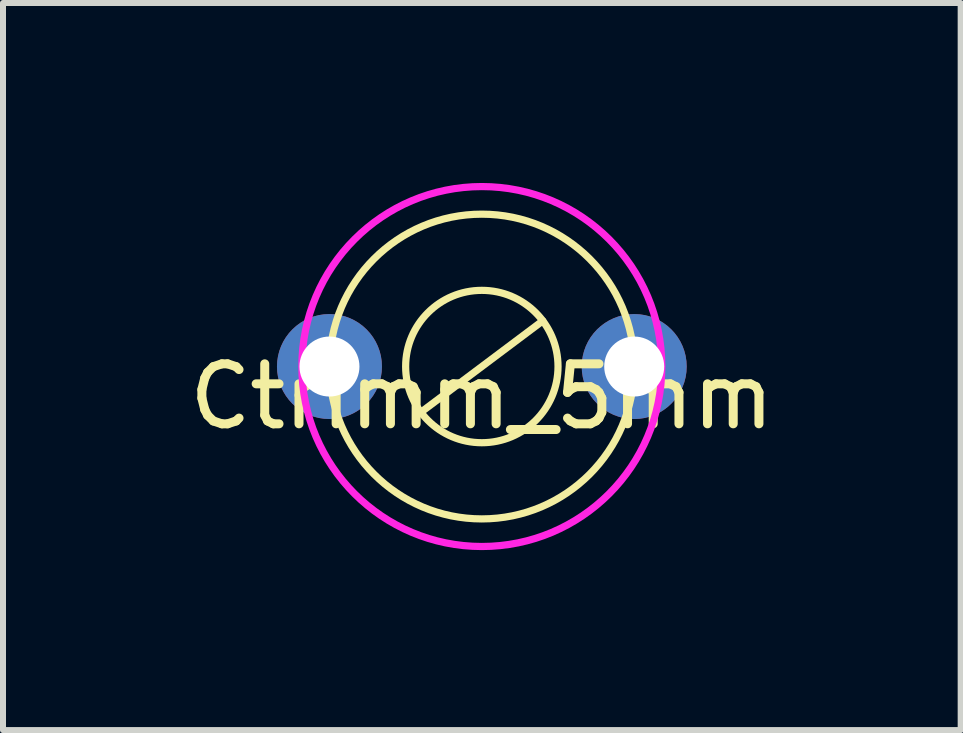
<source format=kicad_pcb>
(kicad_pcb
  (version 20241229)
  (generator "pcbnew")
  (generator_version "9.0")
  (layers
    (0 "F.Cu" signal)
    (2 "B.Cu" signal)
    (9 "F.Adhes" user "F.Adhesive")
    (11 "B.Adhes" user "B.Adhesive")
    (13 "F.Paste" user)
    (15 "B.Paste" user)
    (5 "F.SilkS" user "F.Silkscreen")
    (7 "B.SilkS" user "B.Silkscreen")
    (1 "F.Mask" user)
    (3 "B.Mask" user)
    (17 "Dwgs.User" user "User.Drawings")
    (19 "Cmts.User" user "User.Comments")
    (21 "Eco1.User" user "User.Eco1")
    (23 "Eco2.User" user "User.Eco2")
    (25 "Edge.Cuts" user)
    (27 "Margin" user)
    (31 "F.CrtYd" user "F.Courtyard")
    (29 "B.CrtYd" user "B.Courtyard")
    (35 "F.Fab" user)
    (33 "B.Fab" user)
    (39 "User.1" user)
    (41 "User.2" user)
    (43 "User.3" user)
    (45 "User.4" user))
  (footprint "Ctrimm_5mm"
    (layer "F.Cu")
    (at 4.982 3.06)
    (property "Reference" "Ctrimm_5mm" (at 0 0.5 0) (layer "F.SilkS") (effects (font (size 1 1) (thickness 0.15))))
    (attr through_hole)
    (fp_line (start -1.016 0.762) (end 1.016 -0.762) (stroke (width 0.12) (type solid)) (layer "F.SilkS"))
    (fp_circle (center 0 0) (end -2.54 0) (stroke (width 0.12) (type solid)) (fill no) (layer "F.SilkS"))
    (fp_circle (center 0 0) (end -1.27 0) (stroke (width 0.12) (type solid)) (fill no) (layer "F.SilkS"))
    (fp_circle (center 0 0) (end -3 0) (stroke (width 0.12) (type solid)) (fill no) (layer "F.CrtYd"))
    (pad "1" thru_hole circle (at -2.54 0) (size 1.75 1.75) (drill 1) (layers "*.Cu" "*.Mask"))
    (pad "2" thru_hole circle (at 2.54 0) (size 1.75 1.75) (drill 1) (layers "*.Cu" "*.Mask")))
  (gr_rect
    (start -3 -3)
    (end 12.964 9.12)
    (stroke (width 0.1) (type default))
    (fill no)
    (layer "Edge.Cuts")))
</source>
